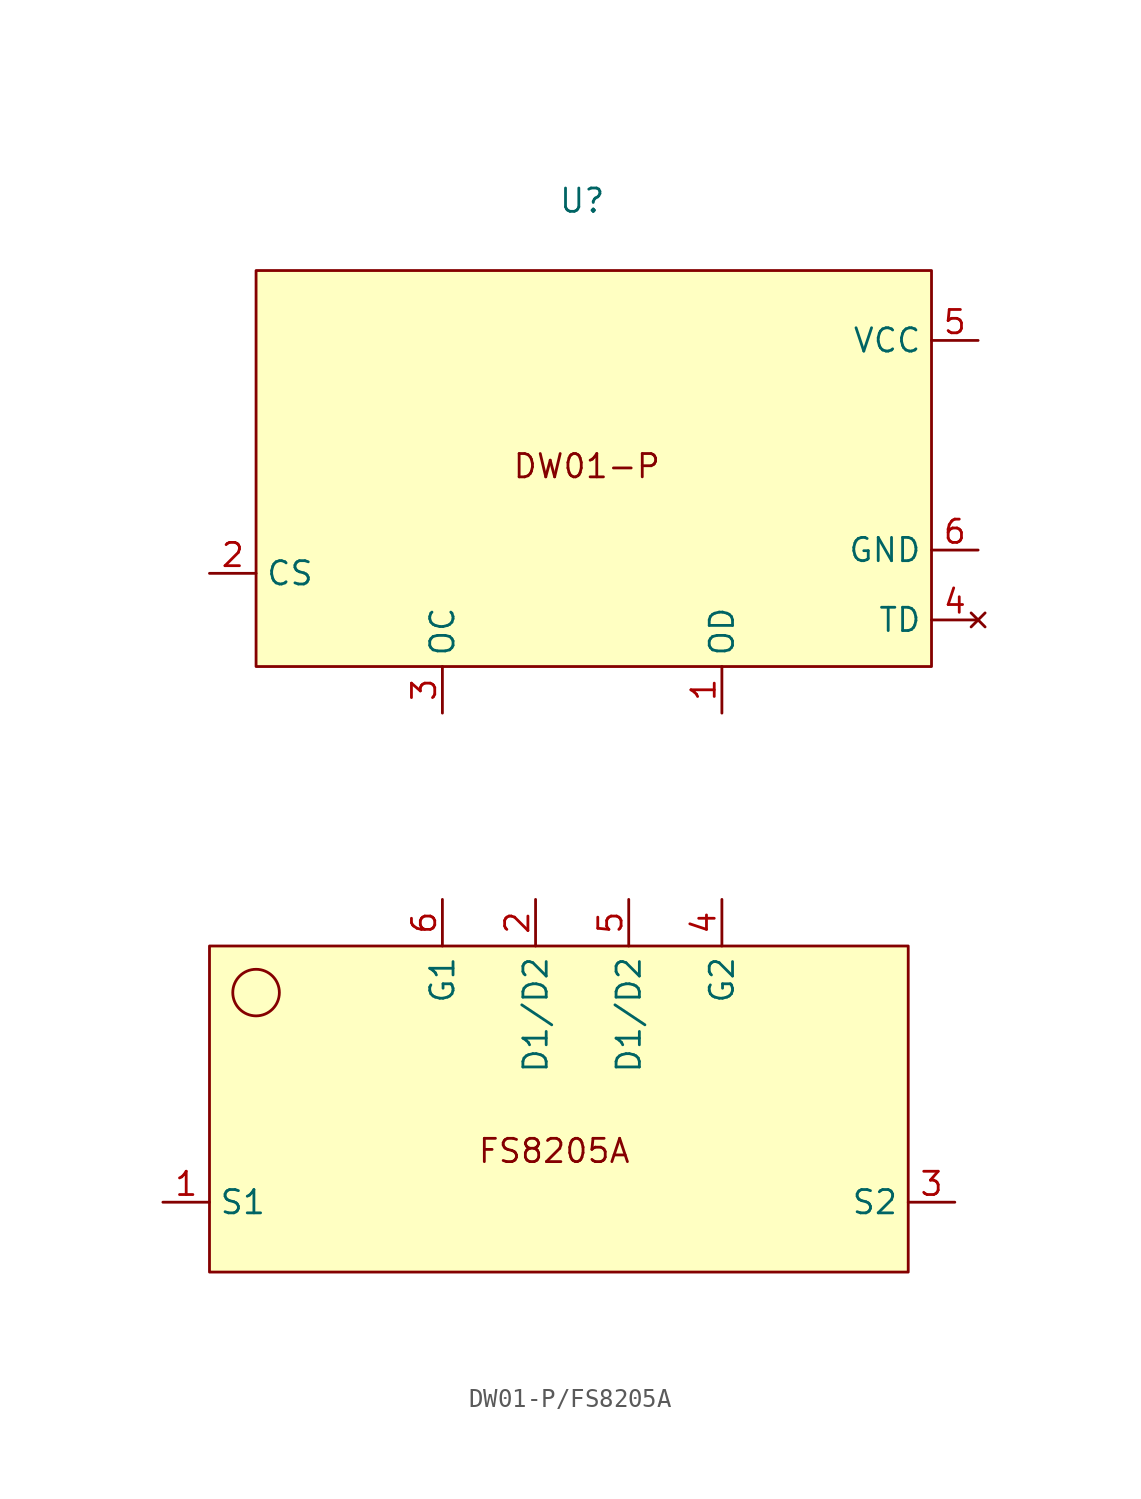
<source format=kicad_sym>
(kicad_symbol_lib
  (version 20231120)
  (generator "kicad_symbol_editor")
  (generator_version "8.0")
  (symbol "DW01-P/FS8205A"
    (property "Reference" "U"
      (at 0 0 0)
      (effects (font (size 1.27 1.27))))
    (property "Value" ""
      (at 0 0 0)
      (effects (font (size 1.27 1.27))))
    (symbol "DW01-P/FS8205A_0_1"
      (circle (center -17.78 -43.18) (radius 1.27) (stroke (width 0) (type default)) (fill (type none))))
    (symbol "DW01-P/FS8205A_1_1"
      (rectangle (start -20.32 -40.64) (end 17.78 -58.42) (stroke (width 0) (type default)) (fill (type background)))
      (rectangle (start -17.78 -3.81) (end 19.05 -25.4) (stroke (width 0) (type default)) (fill (type background)))
      (text "DW01-P\n" (at 0.254 -14.478 0) (effects (font (size 1.27 1.27))))
      (text "FS8205A\n" (at -1.524 -51.816 0) (effects (font (size 1.27 1.27))))
      (pin output line (at 7.62 -27.94 90) (length 2.54) (name "OD" (effects (font (size 1.27 1.27)))) (number "1" (effects (font (size 1.27 1.27)))))
      (pin power_in line (at -22.86 -54.61 0) (length 2.54) (name "S1" (effects (font (size 1.27 1.27)))) (number "1" (effects (font (size 1.27 1.27)))))
      (pin input line (at -20.32 -20.32 0) (length 2.54) (name "CS" (effects (font (size 1.27 1.27)))) (number "2" (effects (font (size 1.27 1.27)))))
      (pin bidirectional line (at -2.54 -38.1 270) (length 2.54) (name "D1/D2" (effects (font (size 1.27 1.27)))) (number "2" (effects (font (size 1.27 1.27)))))
      (pin output line (at -7.62 -27.94 90) (length 2.54) (name "OC" (effects (font (size 1.27 1.27)))) (number "3" (effects (font (size 1.27 1.27)))))
      (pin power_out line (at 20.32 -54.61 180) (length 2.54) (name "S2" (effects (font (size 1.27 1.27)))) (number "3" (effects (font (size 1.27 1.27)))))
      (pin input line (at 7.62 -38.1 270) (length 2.54) (name "G2" (effects (font (size 1.27 1.27)))) (number "4" (effects (font (size 1.27 1.27)))))
      (pin no_connect line (at 21.59 -22.86 180) (length 2.54) (name "TD" (effects (font (size 1.27 1.27)))) (number "4" (effects (font (size 1.27 1.27)))))
      (pin bidirectional line (at 2.54 -38.1 270) (length 2.54) (name "D1/D2" (effects (font (size 1.27 1.27)))) (number "5" (effects (font (size 1.27 1.27)))))
      (pin power_in line (at 21.59 -7.62 180) (length 2.54) (name "VCC" (effects (font (size 1.27 1.27)))) (number "5" (effects (font (size 1.27 1.27)))))
      (pin input line (at -7.62 -38.1 270) (length 2.54) (name "G1" (effects (font (size 1.27 1.27)))) (number "6" (effects (font (size 1.27 1.27)))))
      (pin power_in line (at 21.59 -19.05 180) (length 2.54) (name "GND" (effects (font (size 1.27 1.27)))) (number "6" (effects (font (size 1.27 1.27))))))))
</source>
